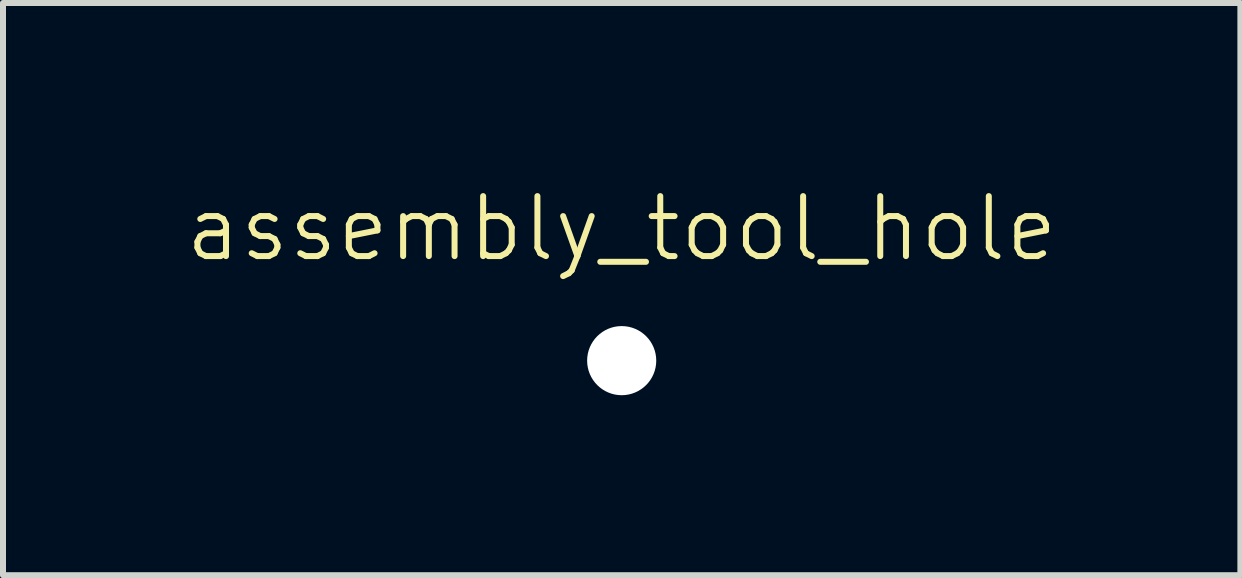
<source format=kicad_pcb>
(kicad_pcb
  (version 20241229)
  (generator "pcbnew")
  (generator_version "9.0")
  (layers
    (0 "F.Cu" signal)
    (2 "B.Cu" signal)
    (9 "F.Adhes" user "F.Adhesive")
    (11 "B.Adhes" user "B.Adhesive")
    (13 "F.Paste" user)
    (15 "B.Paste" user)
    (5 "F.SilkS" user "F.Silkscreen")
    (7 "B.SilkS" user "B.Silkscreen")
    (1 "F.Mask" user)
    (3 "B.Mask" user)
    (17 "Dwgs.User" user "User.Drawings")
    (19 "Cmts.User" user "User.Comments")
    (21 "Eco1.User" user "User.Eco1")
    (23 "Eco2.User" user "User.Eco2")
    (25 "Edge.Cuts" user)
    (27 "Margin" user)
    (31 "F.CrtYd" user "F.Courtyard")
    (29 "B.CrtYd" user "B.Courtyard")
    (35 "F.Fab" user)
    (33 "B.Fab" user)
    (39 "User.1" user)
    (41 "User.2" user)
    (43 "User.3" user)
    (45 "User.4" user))
  (footprint "assembly_tool_hole"
    (layer "F.Cu")
    (at 7.312 2.961)
    (property "Reference" "assembly_tool_hole" (at 0 -2.2 0) (unlocked yes) (layer "F.SilkS") (effects (font (size 1 1) (thickness 0.1))))
    (pad "" np_thru_hole circle (at 0 0) (size 1.152 1.152) (drill 1.152) (layers "*.Cu" "*.Mask")))
  (gr_rect
    (start -3 -3)
    (end 17.624 6.537)
    (stroke (width 0.1) (type default))
    (fill no)
    (layer "Edge.Cuts")))
</source>
